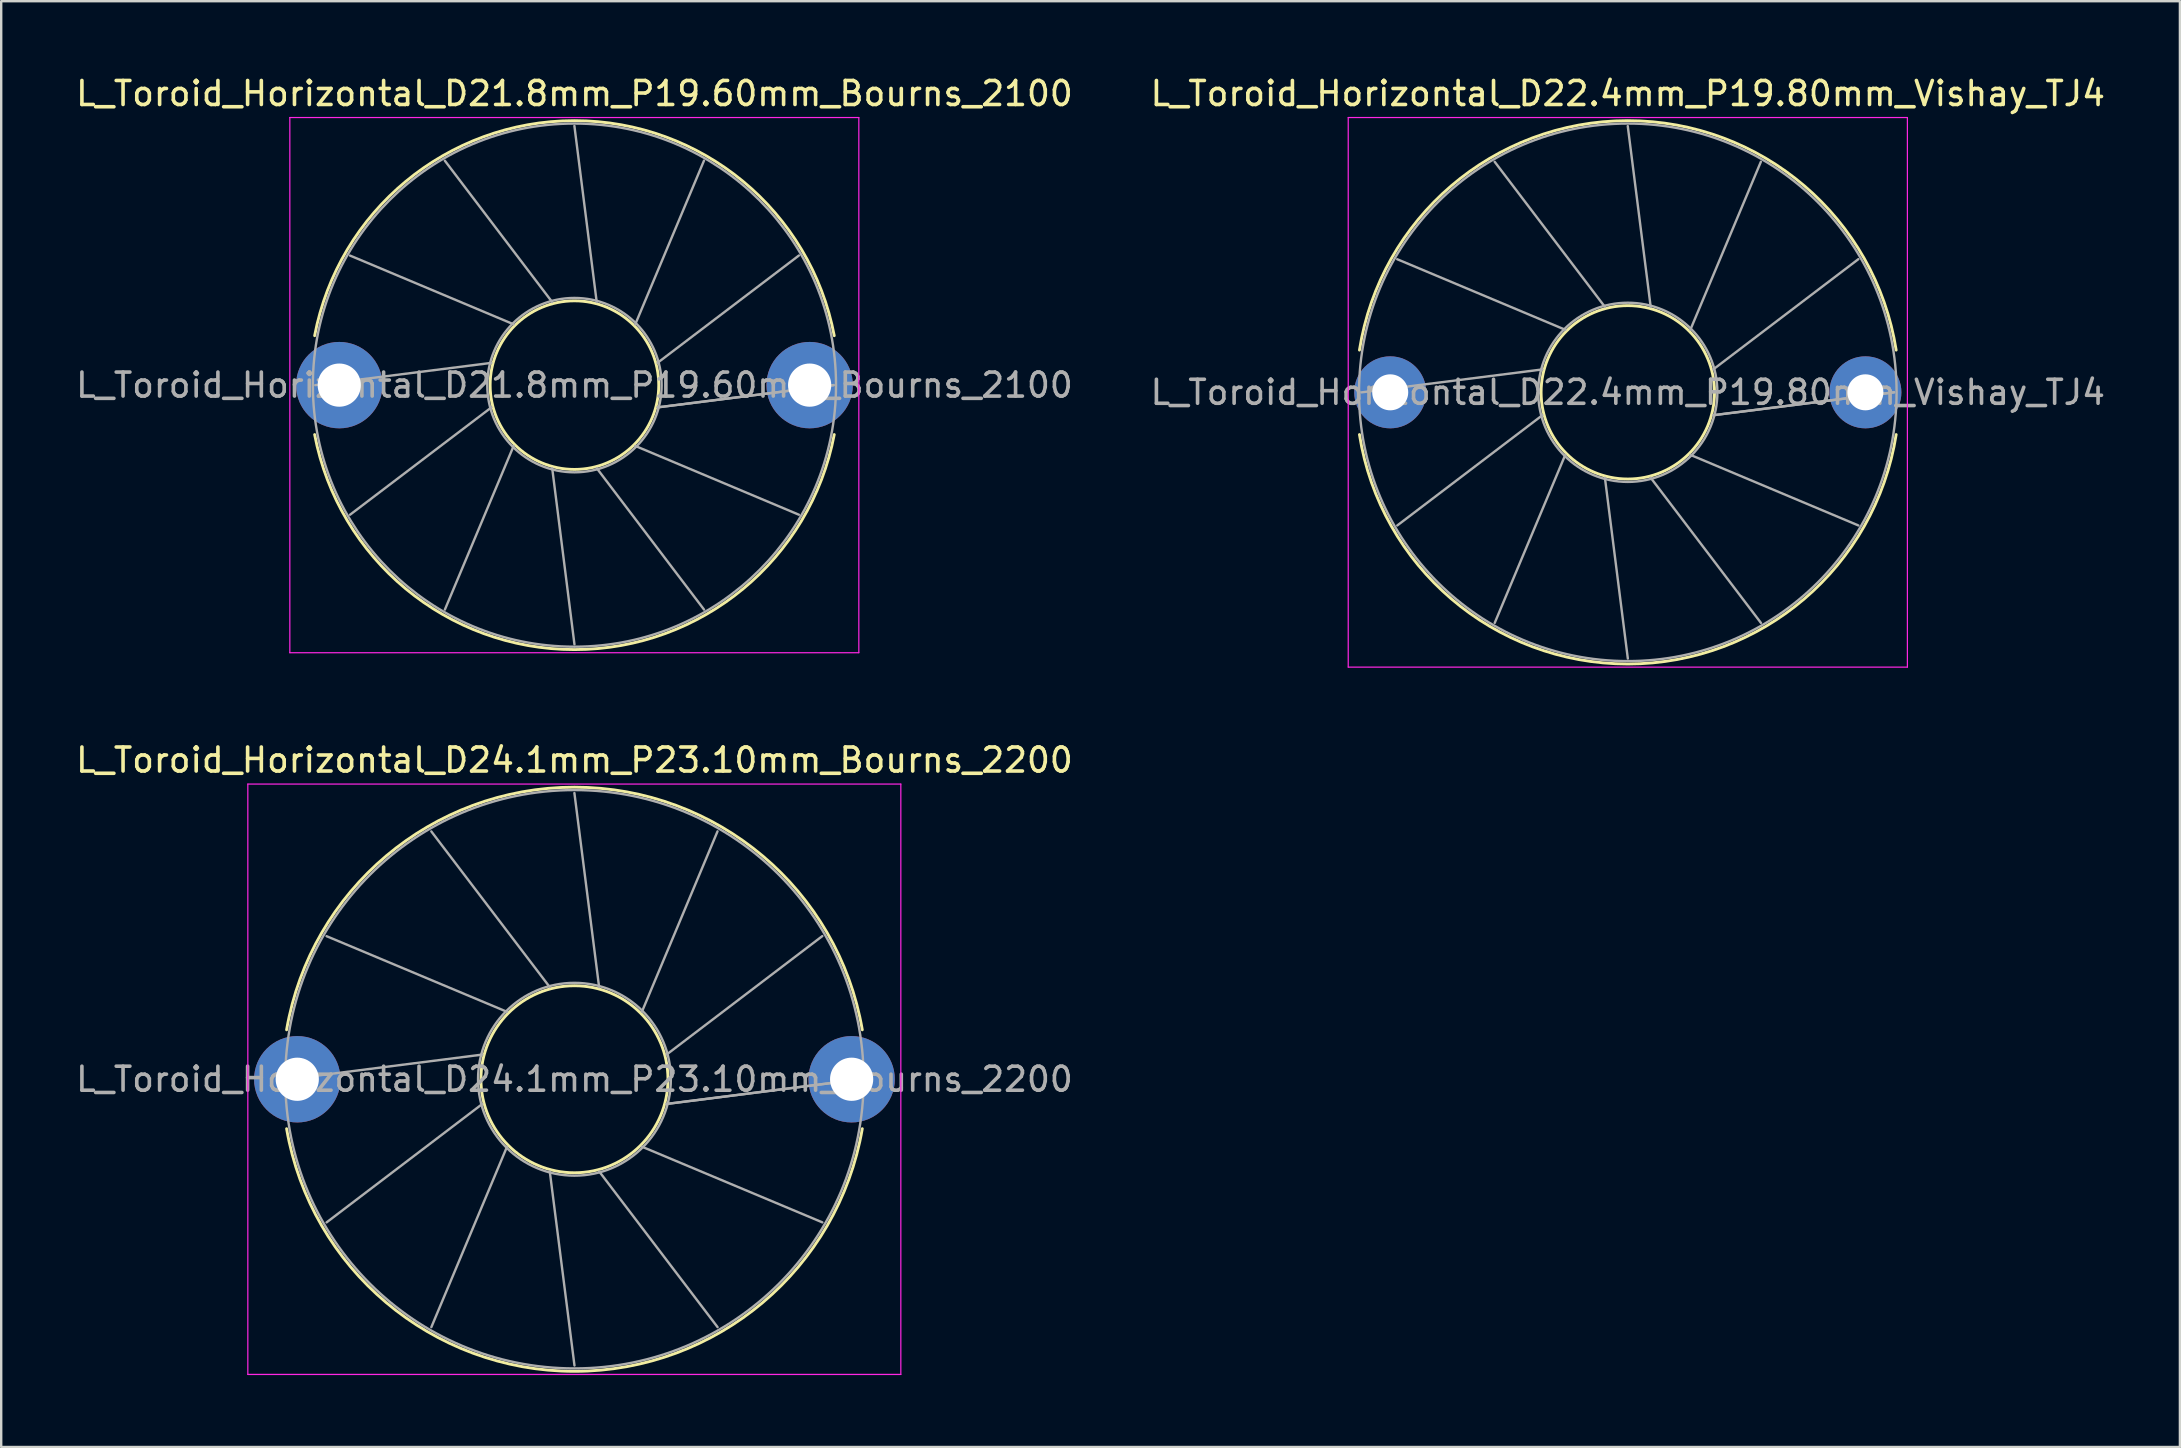
<source format=kicad_pcb>
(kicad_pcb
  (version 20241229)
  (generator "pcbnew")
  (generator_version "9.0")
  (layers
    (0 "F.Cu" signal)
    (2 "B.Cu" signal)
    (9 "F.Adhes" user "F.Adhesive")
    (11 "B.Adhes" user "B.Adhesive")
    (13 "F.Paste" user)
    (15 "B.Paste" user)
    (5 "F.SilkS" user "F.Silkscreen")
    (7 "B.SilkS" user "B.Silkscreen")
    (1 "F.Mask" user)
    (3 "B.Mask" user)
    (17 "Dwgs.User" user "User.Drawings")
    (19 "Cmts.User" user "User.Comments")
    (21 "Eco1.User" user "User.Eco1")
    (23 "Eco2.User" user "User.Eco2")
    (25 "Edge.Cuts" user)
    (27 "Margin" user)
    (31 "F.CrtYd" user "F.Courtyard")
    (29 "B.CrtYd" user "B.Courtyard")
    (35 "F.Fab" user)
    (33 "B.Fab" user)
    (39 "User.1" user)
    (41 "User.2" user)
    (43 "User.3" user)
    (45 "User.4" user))
  (footprint "L_Toroid_Horizontal_D22.4mm_P19.80mm_Vishay_TJ4"
    (layer "F.Cu")
    (at 54.88 13.298)
    (property "Reference" "L_Toroid_Horizontal_D22.4mm_P19.80mm_Vishay_TJ4" (at 9.9 -12.45 0) (layer "F.SilkS") (effects (font (size 1 1) (thickness 0.15))))
    (attr through_hole)
    (fp_arc (start -1.282343 -1.76) (mid 9.9 -11.32) (end 21.082343 -1.76) (stroke (width 0.12) (type solid)) (layer "F.SilkS"))
    (fp_arc (start 21.082343 1.76) (mid 9.9 11.32) (end -1.282343 1.76) (stroke (width 0.12) (type solid)) (layer "F.SilkS"))
    (fp_circle (center 9.9 0) (end 13.513 0) (stroke (width 0.12) (type solid)) (fill no) (layer "F.SilkS"))
    (fp_line (start -1.75 -11.45) (end -1.75 11.45) (stroke (width 0.05) (type solid)) (layer "F.CrtYd"))
    (fp_line (start -1.75 11.45) (end 21.55 11.45) (stroke (width 0.05) (type solid)) (layer "F.CrtYd"))
    (fp_line (start 21.55 -11.45) (end -1.75 -11.45) (stroke (width 0.05) (type solid)) (layer "F.CrtYd"))
    (fp_line (start 21.55 11.45) (end 21.55 -11.45) (stroke (width 0.05) (type solid)) (layer "F.CrtYd"))
    (fp_line (start -1.194 0.001) (end 6.34 -0.954) (stroke (width 0.1) (type solid)) (layer "F.Fab"))
    (fp_line (start 0.292 -5.546) (end 7.294 -2.606) (stroke (width 0.1) (type solid)) (layer "F.Fab"))
    (fp_line (start 0.293 5.548) (end 6.34 0.954) (stroke (width 0.1) (type solid)) (layer "F.Fab"))
    (fp_line (start 4.352 -9.607) (end 8.946 -3.56) (stroke (width 0.1) (type solid)) (layer "F.Fab"))
    (fp_line (start 4.354 9.608) (end 7.294 2.606) (stroke (width 0.1) (type solid)) (layer "F.Fab"))
    (fp_line (start 9.898 -11.094) (end 10.853 -3.56) (stroke (width 0.1) (type solid)) (layer "F.Fab"))
    (fp_line (start 9.901 11.094) (end 8.946 3.56) (stroke (width 0.1) (type solid)) (layer "F.Fab"))
    (fp_line (start 15.445 -9.608) (end 12.506 -2.607) (stroke (width 0.1) (type solid)) (layer "F.Fab"))
    (fp_line (start 15.447 9.607) (end 10.854 3.56) (stroke (width 0.1) (type solid)) (layer "F.Fab"))
    (fp_line (start 19.506 -5.548) (end 13.46 -0.955) (stroke (width 0.1) (type solid)) (layer "F.Fab"))
    (fp_line (start 19.507 5.547) (end 12.506 2.606) (stroke (width 0.1) (type solid)) (layer "F.Fab"))
    (fp_line (start 20.994 -0.002) (end 13.46 0.953) (stroke (width 0.1) (type solid)) (layer "F.Fab"))
    (fp_line (start 20.994 0) (end 13.46 0.954) (stroke (width 0.1) (type solid)) (layer "F.Fab"))
    (fp_circle (center 9.9 0) (end 13.633 0) (stroke (width 0.1) (type solid)) (fill no) (layer "F.Fab"))
    (fp_circle (center 9.9 0) (end 21.1 0) (stroke (width 0.1) (type solid)) (fill no) (layer "F.Fab"))
    (fp_text user "${REFERENCE}" (at 9.9 0 0) (layer "F.Fab") (effects (font (size 1 1) (thickness 0.15))))
    (pad "1" thru_hole circle (at 0 0) (size 3 3) (drill 1.5) (layers "*.Cu" "*.Mask"))
    (pad "2" thru_hole circle (at 19.8 0) (size 3 3) (drill 1.5) (layers "*.Cu" "*.Mask")))
  (footprint "L_Toroid_Horizontal_D21.8mm_P19.60mm_Bourns_2100"
    (layer "F.Cu")
    (at 11.087 12.998)
    (property "Reference" "L_Toroid_Horizontal_D21.8mm_P19.60mm_Bourns_2100" (at 9.8 -12.15 0) (layer "F.SilkS") (effects (font (size 1 1) (thickness 0.15))))
    (attr through_hole)
    (fp_arc (start -1.025747 -2.06) (mid 9.8 -11.02) (end 20.625747 -2.06) (stroke (width 0.12) (type solid)) (layer "F.SilkS"))
    (fp_arc (start 20.625747 2.06) (mid 9.8 11.02) (end -1.025747 2.06) (stroke (width 0.12) (type solid)) (layer "F.SilkS"))
    (fp_circle (center 9.8 0) (end 13.313 0) (stroke (width 0.12) (type solid)) (fill no) (layer "F.SilkS"))
    (fp_line (start -2.06 -11.15) (end -2.06 11.15) (stroke (width 0.05) (type solid)) (layer "F.CrtYd"))
    (fp_line (start -2.06 11.15) (end 21.65 11.15) (stroke (width 0.05) (type solid)) (layer "F.CrtYd"))
    (fp_line (start 21.65 -11.15) (end -2.06 -11.15) (stroke (width 0.05) (type solid)) (layer "F.CrtYd"))
    (fp_line (start 21.65 11.15) (end 21.65 -11.15) (stroke (width 0.05) (type solid)) (layer "F.CrtYd"))
    (fp_line (start -1 0.001) (end 6.338 -0.927) (stroke (width 0.1) (type solid)) (layer "F.Fab"))
    (fp_line (start 0.447 -5.399) (end 7.266 -2.534) (stroke (width 0.1) (type solid)) (layer "F.Fab"))
    (fp_line (start 0.448 5.401) (end 6.339 0.928) (stroke (width 0.1) (type solid)) (layer "F.Fab"))
    (fp_line (start 4.399 -9.352) (end 8.872 -3.461) (stroke (width 0.1) (type solid)) (layer "F.Fab"))
    (fp_line (start 4.401 9.353) (end 7.266 2.534) (stroke (width 0.1) (type solid)) (layer "F.Fab"))
    (fp_line (start 9.798 -10.8) (end 10.727 -3.462) (stroke (width 0.1) (type solid)) (layer "F.Fab"))
    (fp_line (start 9.8 10.8) (end 8.873 3.462) (stroke (width 0.1) (type solid)) (layer "F.Fab"))
    (fp_line (start 15.198 -9.354) (end 12.334 -2.534) (stroke (width 0.1) (type solid)) (layer "F.Fab"))
    (fp_line (start 15.2 9.353) (end 10.728 3.461) (stroke (width 0.1) (type solid)) (layer "F.Fab"))
    (fp_line (start 19.152 -5.401) (end 13.261 -0.928) (stroke (width 0.1) (type solid)) (layer "F.Fab"))
    (fp_line (start 19.153 5.4) (end 12.334 2.534) (stroke (width 0.1) (type solid)) (layer "F.Fab"))
    (fp_line (start 20.6 -0.002) (end 13.262 0.927) (stroke (width 0.1) (type solid)) (layer "F.Fab"))
    (fp_line (start 20.6 0) (end 13.261 0.927) (stroke (width 0.1) (type solid)) (layer "F.Fab"))
    (fp_circle (center 9.8 0) (end 13.433 0) (stroke (width 0.1) (type solid)) (fill no) (layer "F.Fab"))
    (fp_circle (center 9.8 0) (end 20.7 0) (stroke (width 0.1) (type solid)) (fill no) (layer "F.Fab"))
    (fp_text user "${REFERENCE}" (at 9.8 0 0) (layer "F.Fab") (effects (font (size 1 1) (thickness 0.15))))
    (pad "1" thru_hole circle (at 0 0) (size 3.6 3.6) (drill 1.8) (layers "*.Cu" "*.Mask"))
    (pad "2" thru_hole circle (at 19.6 0) (size 3.6 3.6) (drill 1.8) (layers "*.Cu" "*.Mask")))
  (footprint "L_Toroid_Horizontal_D24.1mm_P23.10mm_Bourns_2200"
    (layer "F.Cu")
    (at 9.337 41.922)
    (property "Reference" "L_Toroid_Horizontal_D24.1mm_P23.10mm_Bourns_2200" (at 11.55 -13.3 0) (layer "F.SilkS") (effects (font (size 1 1) (thickness 0.15))))
    (attr through_hole)
    (fp_arc (start -0.444386 -2.06) (mid 11.55 -12.17) (end 23.544386 -2.06) (stroke (width 0.12) (type solid)) (layer "F.SilkS"))
    (fp_arc (start 23.544386 2.06) (mid 11.55 12.17) (end -0.444386 2.06) (stroke (width 0.12) (type solid)) (layer "F.SilkS"))
    (fp_circle (center 11.55 0) (end 15.447 0) (stroke (width 0.12) (type solid)) (fill no) (layer "F.SilkS"))
    (fp_line (start -2.06 -12.3) (end -2.06 12.3) (stroke (width 0.05) (type solid)) (layer "F.CrtYd"))
    (fp_line (start -2.06 12.3) (end 25.15 12.3) (stroke (width 0.05) (type solid)) (layer "F.CrtYd"))
    (fp_line (start 25.15 -12.3) (end -2.06 -12.3) (stroke (width 0.05) (type solid)) (layer "F.CrtYd"))
    (fp_line (start 25.15 12.3) (end 25.15 -12.3) (stroke (width 0.05) (type solid)) (layer "F.CrtYd"))
    (fp_line (start -0.377 0.001) (end 7.711 -1.028) (stroke (width 0.1) (type solid)) (layer "F.Fab"))
    (fp_line (start 1.221 -5.962) (end 8.739 -2.81) (stroke (width 0.1) (type solid)) (layer "F.Fab"))
    (fp_line (start 1.222 5.964) (end 7.711 1.029) (stroke (width 0.1) (type solid)) (layer "F.Fab"))
    (fp_line (start 5.585 -10.328) (end 10.521 -3.839) (stroke (width 0.1) (type solid)) (layer "F.Fab"))
    (fp_line (start 5.587 10.329) (end 8.74 2.811) (stroke (width 0.1) (type solid)) (layer "F.Fab"))
    (fp_line (start 11.548 -11.927) (end 12.578 -3.839) (stroke (width 0.1) (type solid)) (layer "F.Fab"))
    (fp_line (start 11.551 11.927) (end 10.522 3.839) (stroke (width 0.1) (type solid)) (layer "F.Fab"))
    (fp_line (start 17.512 -10.33) (end 14.36 -2.811) (stroke (width 0.1) (type solid)) (layer "F.Fab"))
    (fp_line (start 17.514 10.329) (end 12.579 3.839) (stroke (width 0.1) (type solid)) (layer "F.Fab"))
    (fp_line (start 21.878 -5.965) (end 15.389 -1.029) (stroke (width 0.1) (type solid)) (layer "F.Fab"))
    (fp_line (start 21.879 5.963) (end 14.361 2.81) (stroke (width 0.1) (type solid)) (layer "F.Fab"))
    (fp_line (start 23.477 -0.002) (end 15.389 1.028) (stroke (width 0.1) (type solid)) (layer "F.Fab"))
    (fp_line (start 23.477 0) (end 15.389 1.029) (stroke (width 0.1) (type solid)) (layer "F.Fab"))
    (fp_circle (center 11.55 0) (end 15.567 0) (stroke (width 0.1) (type solid)) (fill no) (layer "F.Fab"))
    (fp_circle (center 11.55 0) (end 23.6 0) (stroke (width 0.1) (type solid)) (fill no) (layer "F.Fab"))
    (fp_text user "${REFERENCE}" (at 11.55 0 0) (layer "F.Fab") (effects (font (size 1 1) (thickness 0.15))))
    (pad "1" thru_hole circle (at 0 0) (size 3.6 3.6) (drill 1.8) (layers "*.Cu" "*.Mask"))
    (pad "2" thru_hole circle (at 23.1 0) (size 3.6 3.6) (drill 1.8) (layers "*.Cu" "*.Mask")))
  (gr_rect
    (start -3 -3)
    (end 87.786 57.246)
    (stroke (width 0.1) (type default))
    (fill no)
    (layer "Edge.Cuts")))
</source>
